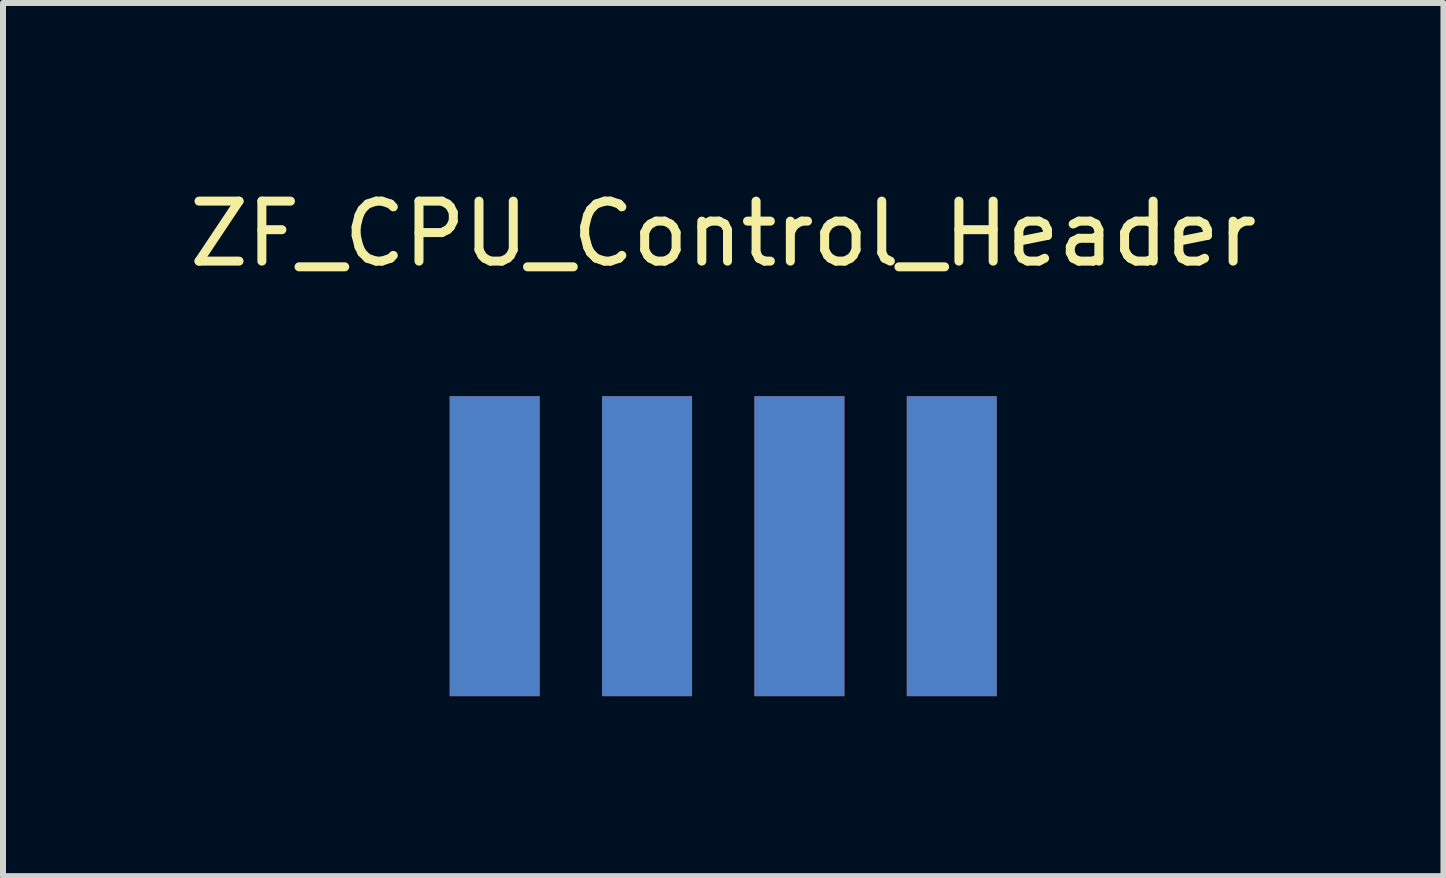
<source format=kicad_pcb>
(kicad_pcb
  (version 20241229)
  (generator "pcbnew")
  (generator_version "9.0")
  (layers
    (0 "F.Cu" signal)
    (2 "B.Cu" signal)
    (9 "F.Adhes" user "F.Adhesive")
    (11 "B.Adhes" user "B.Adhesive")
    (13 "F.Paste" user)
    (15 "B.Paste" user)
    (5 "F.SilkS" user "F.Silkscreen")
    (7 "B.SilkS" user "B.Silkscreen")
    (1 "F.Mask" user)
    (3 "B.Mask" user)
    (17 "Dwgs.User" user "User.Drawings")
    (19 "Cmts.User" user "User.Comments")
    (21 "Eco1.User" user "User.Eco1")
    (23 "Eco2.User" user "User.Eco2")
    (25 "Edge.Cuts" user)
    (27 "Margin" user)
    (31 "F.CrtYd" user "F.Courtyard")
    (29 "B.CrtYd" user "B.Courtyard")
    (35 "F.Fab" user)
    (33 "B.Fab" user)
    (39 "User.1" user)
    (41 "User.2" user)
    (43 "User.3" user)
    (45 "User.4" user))
  (footprint "ZF_CPU_Control_Header"
    (layer "F.Cu")
    (at 9.006 5.928)
    (property "Reference" "ZF_CPU_Control_Header" (at 0 -5.08 180) (layer "F.SilkS") (effects (font (size 1 1) (thickness 0.15))))
    (attr through_hole)
    (pad "1" connect rect (at 3.81 0.127 180) (size 1.5 5) (layers "F.Cu"))
    (pad "2" connect rect (at 3.81 0.127 180) (size 1.5 5) (layers "B.Cu"))
    (pad "3" connect rect (at 1.27 0.127 180) (size 1.5 5) (layers "F.Cu"))
    (pad "4" connect rect (at 1.27 0.127 180) (size 1.5 5) (layers "B.Cu"))
    (pad "5" connect rect (at -1.27 0.127 180) (size 1.5 5) (layers "F.Cu"))
    (pad "6" connect rect (at -1.27 0.127 180) (size 1.5 5) (layers "B.Cu"))
    (pad "7" connect rect (at -3.81 0.127 180) (size 1.5 5) (layers "F.Cu"))
    (pad "8" connect rect (at -3.81 0.127 180) (size 1.5 5) (layers "B.Cu")))
  (gr_rect
    (start -3 -3)
    (end 21.012 11.555)
    (stroke (width 0.1) (type default))
    (fill no)
    (layer "Edge.Cuts")))
</source>
